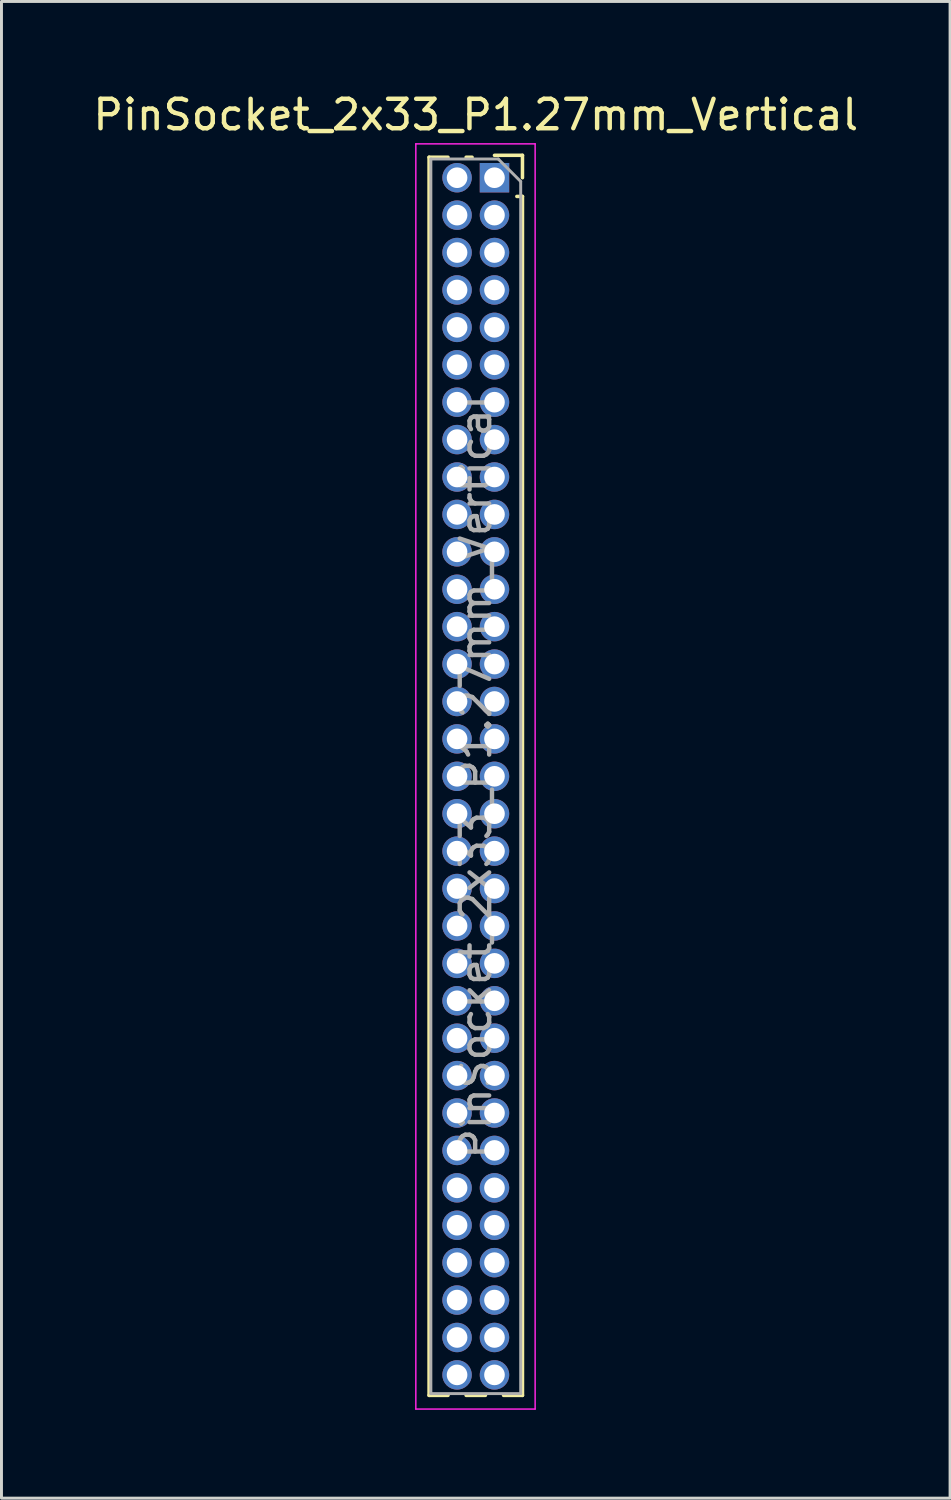
<source format=kicad_pcb>
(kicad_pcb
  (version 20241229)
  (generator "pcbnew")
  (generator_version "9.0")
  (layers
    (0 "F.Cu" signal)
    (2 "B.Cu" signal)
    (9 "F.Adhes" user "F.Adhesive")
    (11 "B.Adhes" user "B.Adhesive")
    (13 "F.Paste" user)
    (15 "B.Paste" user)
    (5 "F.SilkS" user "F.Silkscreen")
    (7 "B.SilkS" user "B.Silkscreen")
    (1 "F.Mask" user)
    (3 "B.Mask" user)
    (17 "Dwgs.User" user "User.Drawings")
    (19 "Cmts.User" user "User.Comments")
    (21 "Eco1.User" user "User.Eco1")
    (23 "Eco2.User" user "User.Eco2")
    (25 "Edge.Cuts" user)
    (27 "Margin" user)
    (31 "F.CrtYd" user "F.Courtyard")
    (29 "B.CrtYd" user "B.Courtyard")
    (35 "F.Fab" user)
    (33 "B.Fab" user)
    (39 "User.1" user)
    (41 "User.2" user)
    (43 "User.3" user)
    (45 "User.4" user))
  (footprint "PinSocket_2x33_P1.27mm_Vertical"
    (layer "F.Cu")
    (at 13.736 2.983)
    (property "Reference" "PinSocket_2x33_P1.27mm_Vertical" (at -0.635 -2.135 0) (layer "F.SilkS") (effects (font (size 1 1) (thickness 0.15))))
    (attr through_hole)
    (fp_line (start -2.22 -0.695) (end -2.22 41.335) (stroke (width 0.12) (type solid)) (layer "F.SilkS"))
    (fp_line (start -2.22 -0.695) (end -1.578 -0.695) (stroke (width 0.12) (type solid)) (layer "F.SilkS"))
    (fp_line (start -2.22 41.335) (end -1.578 41.335) (stroke (width 0.12) (type solid)) (layer "F.SilkS"))
    (fp_line (start -0.962 -0.695) (end -0.76 -0.695) (stroke (width 0.12) (type solid)) (layer "F.SilkS"))
    (fp_line (start -0.962 41.335) (end -0.308 41.335) (stroke (width 0.12) (type solid)) (layer "F.SilkS"))
    (fp_line (start 0 -0.76) (end 0.95 -0.76) (stroke (width 0.12) (type solid)) (layer "F.SilkS"))
    (fp_line (start 0.308 41.335) (end 0.95 41.335) (stroke (width 0.12) (type solid)) (layer "F.SilkS"))
    (fp_line (start 0.76 0.635) (end 0.95 0.635) (stroke (width 0.12) (type solid)) (layer "F.SilkS"))
    (fp_line (start 0.95 -0.76) (end 0.95 0) (stroke (width 0.12) (type solid)) (layer "F.SilkS"))
    (fp_line (start 0.95 0.635) (end 0.95 41.335) (stroke (width 0.12) (type solid)) (layer "F.SilkS"))
    (fp_line (start -2.67 -1.15) (end 1.38 -1.15) (stroke (width 0.05) (type solid)) (layer "F.CrtYd"))
    (fp_line (start -2.67 41.8) (end -2.67 -1.15) (stroke (width 0.05) (type solid)) (layer "F.CrtYd"))
    (fp_line (start 1.38 -1.15) (end 1.38 41.8) (stroke (width 0.05) (type solid)) (layer "F.CrtYd"))
    (fp_line (start 1.38 41.8) (end -2.67 41.8) (stroke (width 0.05) (type solid)) (layer "F.CrtYd"))
    (fp_line (start -2.16 -0.635) (end 0.128 -0.635) (stroke (width 0.1) (type solid)) (layer "F.Fab"))
    (fp_line (start -2.16 41.275) (end -2.16 -0.635) (stroke (width 0.1) (type solid)) (layer "F.Fab"))
    (fp_line (start 0.128 -0.635) (end 0.89 0.128) (stroke (width 0.1) (type solid)) (layer "F.Fab"))
    (fp_line (start 0.89 0.128) (end 0.89 41.275) (stroke (width 0.1) (type solid)) (layer "F.Fab"))
    (fp_line (start 0.89 41.275) (end -2.16 41.275) (stroke (width 0.1) (type solid)) (layer "F.Fab"))
    (fp_text user "${REFERENCE}" (at -0.635 20.32 90) (layer "F.Fab") (effects (font (size 1 1) (thickness 0.15))))
    (pad "1" thru_hole rect (at 0 0) (size 1 1) (drill 0.7) (layers "*.Cu" "*.Mask"))
    (pad "2" thru_hole circle (at -1.27 0) (size 1 1) (drill 0.7) (layers "*.Cu" "*.Mask"))
    (pad "3" thru_hole circle (at 0 1.27) (size 1 1) (drill 0.7) (layers "*.Cu" "*.Mask"))
    (pad "4" thru_hole circle (at -1.27 1.27) (size 1 1) (drill 0.7) (layers "*.Cu" "*.Mask"))
    (pad "5" thru_hole circle (at 0 2.54) (size 1 1) (drill 0.7) (layers "*.Cu" "*.Mask"))
    (pad "6" thru_hole circle (at -1.27 2.54) (size 1 1) (drill 0.7) (layers "*.Cu" "*.Mask"))
    (pad "7" thru_hole circle (at 0 3.81) (size 1 1) (drill 0.7) (layers "*.Cu" "*.Mask"))
    (pad "8" thru_hole circle (at -1.27 3.81) (size 1 1) (drill 0.7) (layers "*.Cu" "*.Mask"))
    (pad "9" thru_hole circle (at 0 5.08) (size 1 1) (drill 0.7) (layers "*.Cu" "*.Mask"))
    (pad "10" thru_hole circle (at -1.27 5.08) (size 1 1) (drill 0.7) (layers "*.Cu" "*.Mask"))
    (pad "11" thru_hole circle (at 0 6.35) (size 1 1) (drill 0.7) (layers "*.Cu" "*.Mask"))
    (pad "12" thru_hole circle (at -1.27 6.35) (size 1 1) (drill 0.7) (layers "*.Cu" "*.Mask"))
    (pad "13" thru_hole circle (at 0 7.62) (size 1 1) (drill 0.7) (layers "*.Cu" "*.Mask"))
    (pad "14" thru_hole circle (at -1.27 7.62) (size 1 1) (drill 0.7) (layers "*.Cu" "*.Mask"))
    (pad "15" thru_hole circle (at 0 8.89) (size 1 1) (drill 0.7) (layers "*.Cu" "*.Mask"))
    (pad "16" thru_hole circle (at -1.27 8.89) (size 1 1) (drill 0.7) (layers "*.Cu" "*.Mask"))
    (pad "17" thru_hole circle (at 0 10.16) (size 1 1) (drill 0.7) (layers "*.Cu" "*.Mask"))
    (pad "18" thru_hole circle (at -1.27 10.16) (size 1 1) (drill 0.7) (layers "*.Cu" "*.Mask"))
    (pad "19" thru_hole circle (at 0 11.43) (size 1 1) (drill 0.7) (layers "*.Cu" "*.Mask"))
    (pad "20" thru_hole circle (at -1.27 11.43) (size 1 1) (drill 0.7) (layers "*.Cu" "*.Mask"))
    (pad "21" thru_hole circle (at 0 12.7) (size 1 1) (drill 0.7) (layers "*.Cu" "*.Mask"))
    (pad "22" thru_hole circle (at -1.27 12.7) (size 1 1) (drill 0.7) (layers "*.Cu" "*.Mask"))
    (pad "23" thru_hole circle (at 0 13.97) (size 1 1) (drill 0.7) (layers "*.Cu" "*.Mask"))
    (pad "24" thru_hole circle (at -1.27 13.97) (size 1 1) (drill 0.7) (layers "*.Cu" "*.Mask"))
    (pad "25" thru_hole circle (at 0 15.24) (size 1 1) (drill 0.7) (layers "*.Cu" "*.Mask"))
    (pad "26" thru_hole circle (at -1.27 15.24) (size 1 1) (drill 0.7) (layers "*.Cu" "*.Mask"))
    (pad "27" thru_hole circle (at 0 16.51) (size 1 1) (drill 0.7) (layers "*.Cu" "*.Mask"))
    (pad "28" thru_hole circle (at -1.27 16.51) (size 1 1) (drill 0.7) (layers "*.Cu" "*.Mask"))
    (pad "29" thru_hole circle (at 0 17.78) (size 1 1) (drill 0.7) (layers "*.Cu" "*.Mask"))
    (pad "30" thru_hole circle (at -1.27 17.78) (size 1 1) (drill 0.7) (layers "*.Cu" "*.Mask"))
    (pad "31" thru_hole circle (at 0 19.05) (size 1 1) (drill 0.7) (layers "*.Cu" "*.Mask"))
    (pad "32" thru_hole circle (at -1.27 19.05) (size 1 1) (drill 0.7) (layers "*.Cu" "*.Mask"))
    (pad "33" thru_hole circle (at 0 20.32) (size 1 1) (drill 0.7) (layers "*.Cu" "*.Mask"))
    (pad "34" thru_hole circle (at -1.27 20.32) (size 1 1) (drill 0.7) (layers "*.Cu" "*.Mask"))
    (pad "35" thru_hole circle (at 0 21.59) (size 1 1) (drill 0.7) (layers "*.Cu" "*.Mask"))
    (pad "36" thru_hole circle (at -1.27 21.59) (size 1 1) (drill 0.7) (layers "*.Cu" "*.Mask"))
    (pad "37" thru_hole circle (at 0 22.86) (size 1 1) (drill 0.7) (layers "*.Cu" "*.Mask"))
    (pad "38" thru_hole circle (at -1.27 22.86) (size 1 1) (drill 0.7) (layers "*.Cu" "*.Mask"))
    (pad "39" thru_hole circle (at 0 24.13) (size 1 1) (drill 0.7) (layers "*.Cu" "*.Mask"))
    (pad "40" thru_hole circle (at -1.27 24.13) (size 1 1) (drill 0.7) (layers "*.Cu" "*.Mask"))
    (pad "41" thru_hole circle (at 0 25.4) (size 1 1) (drill 0.7) (layers "*.Cu" "*.Mask"))
    (pad "42" thru_hole circle (at -1.27 25.4) (size 1 1) (drill 0.7) (layers "*.Cu" "*.Mask"))
    (pad "43" thru_hole circle (at 0 26.67) (size 1 1) (drill 0.7) (layers "*.Cu" "*.Mask"))
    (pad "44" thru_hole circle (at -1.27 26.67) (size 1 1) (drill 0.7) (layers "*.Cu" "*.Mask"))
    (pad "45" thru_hole circle (at 0 27.94) (size 1 1) (drill 0.7) (layers "*.Cu" "*.Mask"))
    (pad "46" thru_hole circle (at -1.27 27.94) (size 1 1) (drill 0.7) (layers "*.Cu" "*.Mask"))
    (pad "47" thru_hole circle (at 0 29.21) (size 1 1) (drill 0.7) (layers "*.Cu" "*.Mask"))
    (pad "48" thru_hole circle (at -1.27 29.21) (size 1 1) (drill 0.7) (layers "*.Cu" "*.Mask"))
    (pad "49" thru_hole circle (at 0 30.48) (size 1 1) (drill 0.7) (layers "*.Cu" "*.Mask"))
    (pad "50" thru_hole circle (at -1.27 30.48) (size 1 1) (drill 0.7) (layers "*.Cu" "*.Mask"))
    (pad "51" thru_hole circle (at 0 31.75) (size 1 1) (drill 0.7) (layers "*.Cu" "*.Mask"))
    (pad "52" thru_hole circle (at -1.27 31.75) (size 1 1) (drill 0.7) (layers "*.Cu" "*.Mask"))
    (pad "53" thru_hole circle (at 0 33.02) (size 1 1) (drill 0.7) (layers "*.Cu" "*.Mask"))
    (pad "54" thru_hole circle (at -1.27 33.02) (size 1 1) (drill 0.7) (layers "*.Cu" "*.Mask"))
    (pad "55" thru_hole circle (at 0 34.29) (size 1 1) (drill 0.7) (layers "*.Cu" "*.Mask"))
    (pad "56" thru_hole circle (at -1.27 34.29) (size 1 1) (drill 0.7) (layers "*.Cu" "*.Mask"))
    (pad "57" thru_hole circle (at 0 35.56) (size 1 1) (drill 0.7) (layers "*.Cu" "*.Mask"))
    (pad "58" thru_hole circle (at -1.27 35.56) (size 1 1) (drill 0.7) (layers "*.Cu" "*.Mask"))
    (pad "59" thru_hole circle (at 0 36.83) (size 1 1) (drill 0.7) (layers "*.Cu" "*.Mask"))
    (pad "60" thru_hole circle (at -1.27 36.83) (size 1 1) (drill 0.7) (layers "*.Cu" "*.Mask"))
    (pad "61" thru_hole circle (at 0 38.1) (size 1 1) (drill 0.7) (layers "*.Cu" "*.Mask"))
    (pad "62" thru_hole circle (at -1.27 38.1) (size 1 1) (drill 0.7) (layers "*.Cu" "*.Mask"))
    (pad "63" thru_hole circle (at 0 39.37) (size 1 1) (drill 0.7) (layers "*.Cu" "*.Mask"))
    (pad "64" thru_hole circle (at -1.27 39.37) (size 1 1) (drill 0.7) (layers "*.Cu" "*.Mask"))
    (pad "65" thru_hole circle (at 0 40.64) (size 1 1) (drill 0.7) (layers "*.Cu" "*.Mask"))
    (pad "66" thru_hole circle (at -1.27 40.64) (size 1 1) (drill 0.7) (layers "*.Cu" "*.Mask")))
  (gr_rect
    (start -3 -3)
    (end 29.202 47.808)
    (stroke (width 0.1) (type default))
    (fill no)
    (layer "Edge.Cuts")))
</source>
